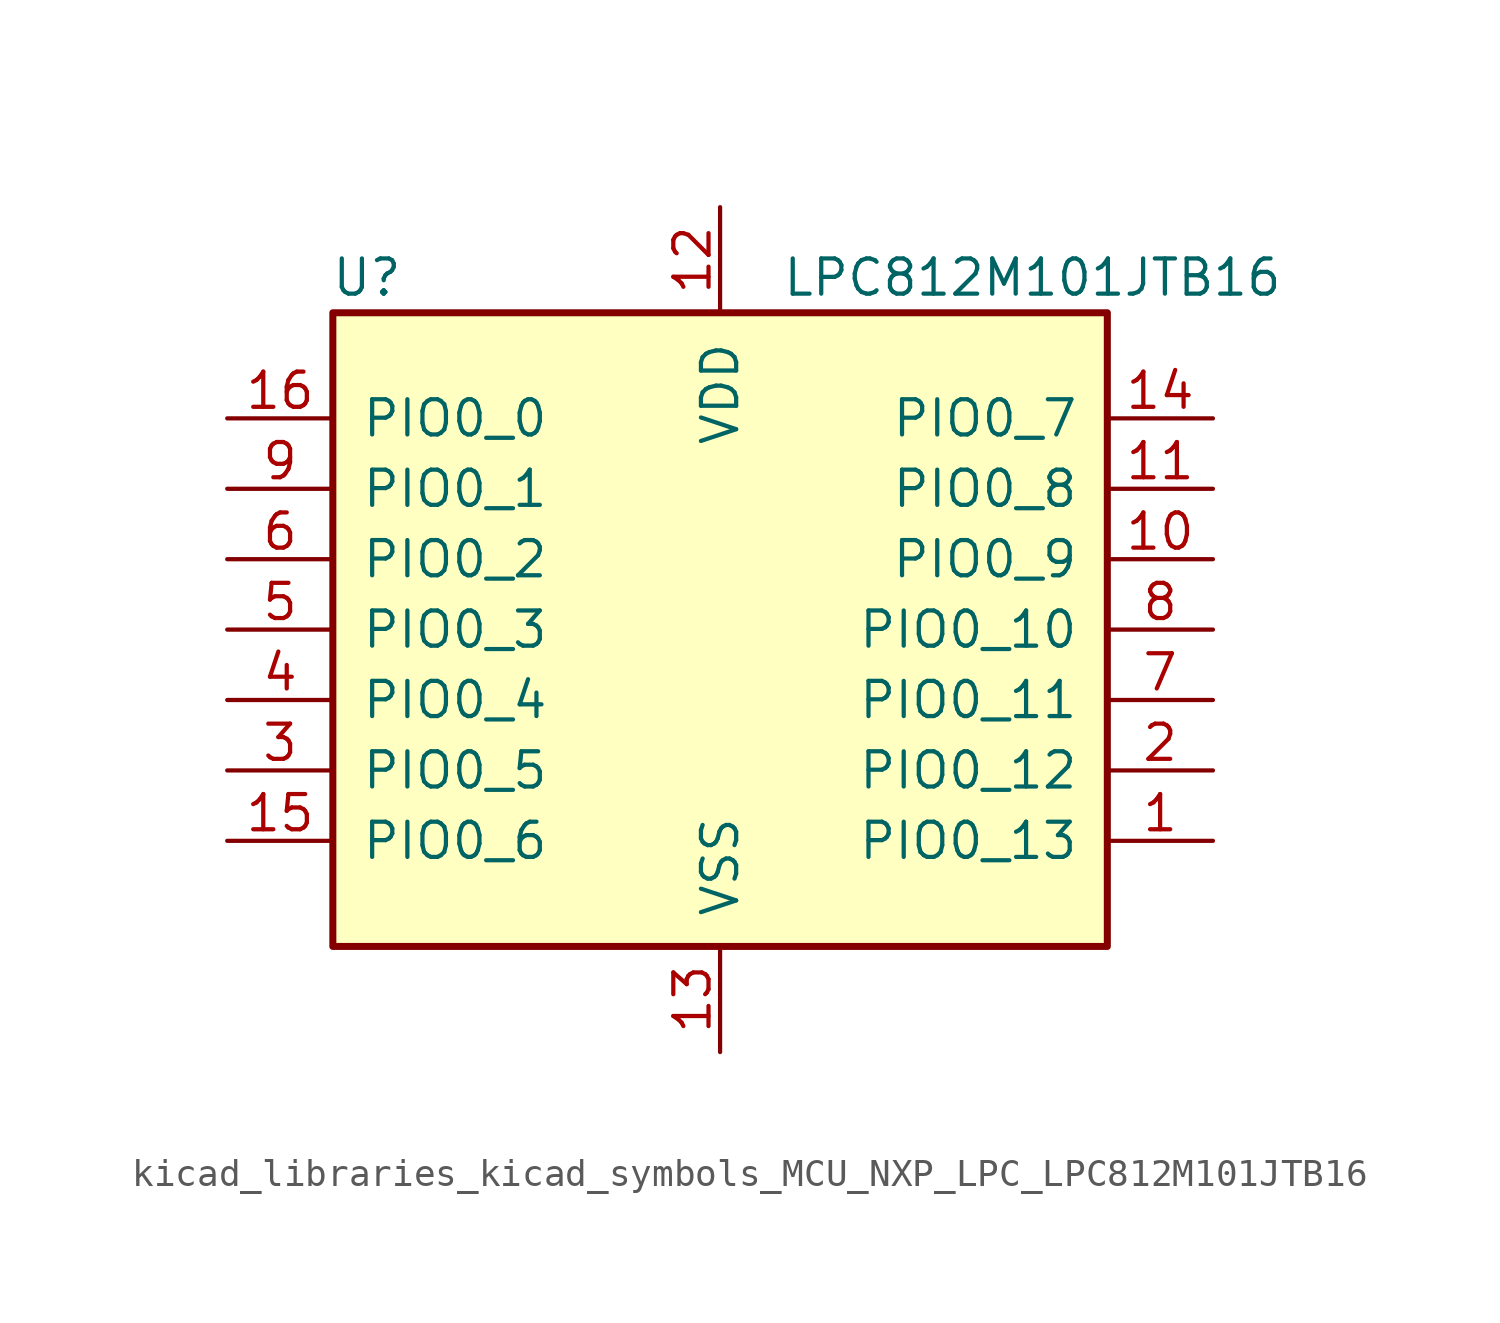
<source format=kicad_sym>
(kicad_symbol_lib
  (version 20220914)
  (generator kicad_symbol_editor)
  (symbol "kicad_libraries_kicad_symbols_MCU_NXP_LPC_LPC812M101JTB16"
    (pin_names
      (offset 1.016))
    (property "Reference" "U"
      (at -11.43 12.7 0)
      (effects (font (size 1.27 1.27)) (justify right)))
    (property "Value" "LPC812M101JTB16"
      (at 20.32 12.7 0)
      (effects (font (size 1.27 1.27)) (justify right)))
    (symbol "kicad_libraries_kicad_symbols_MCU_NXP_LPC_LPC812M101JTB16_0_1"
      (rectangle (start 13.97 11.43) (end -13.97 -11.43) (stroke (width 0.254) (type default)) (fill (type background))))
    (symbol "kicad_libraries_kicad_symbols_MCU_NXP_LPC_LPC812M101JTB16_1_1"
      (pin bidirectional line (at 17.78 -7.62 180) (length 3.81) (name "PIO0_13" (effects (font (size 1.27 1.27)))) (number "1" (effects (font (size 1.27 1.27)))))
      (pin bidirectional line (at 17.78 2.54 180) (length 3.81) (name "PIO0_9" (effects (font (size 1.27 1.27)))) (number "10" (effects (font (size 1.27 1.27)))))
      (pin bidirectional line (at 17.78 5.08 180) (length 3.81) (name "PIO0_8" (effects (font (size 1.27 1.27)))) (number "11" (effects (font (size 1.27 1.27)))))
      (pin power_in line (at 0 15.24 270) (length 3.81) (name "VDD" (effects (font (size 1.27 1.27)))) (number "12" (effects (font (size 1.27 1.27)))))
      (pin power_in line (at 0 -15.24 90) (length 3.81) (name "VSS" (effects (font (size 1.27 1.27)))) (number "13" (effects (font (size 1.27 1.27)))))
      (pin bidirectional line (at 17.78 7.62 180) (length 3.81) (name "PIO0_7" (effects (font (size 1.27 1.27)))) (number "14" (effects (font (size 1.27 1.27)))))
      (pin bidirectional line (at -17.78 -7.62 0) (length 3.81) (name "PIO0_6" (effects (font (size 1.27 1.27)))) (number "15" (effects (font (size 1.27 1.27)))))
      (pin bidirectional line (at -17.78 7.62 0) (length 3.81) (name "PIO0_0" (effects (font (size 1.27 1.27)))) (number "16" (effects (font (size 1.27 1.27)))))
      (pin bidirectional line (at 17.78 -5.08 180) (length 3.81) (name "PIO0_12" (effects (font (size 1.27 1.27)))) (number "2" (effects (font (size 1.27 1.27)))))
      (pin bidirectional line (at -17.78 -5.08 0) (length 3.81) (name "PIO0_5" (effects (font (size 1.27 1.27)))) (number "3" (effects (font (size 1.27 1.27)))))
      (pin bidirectional line (at -17.78 -2.54 0) (length 3.81) (name "PIO0_4" (effects (font (size 1.27 1.27)))) (number "4" (effects (font (size 1.27 1.27)))))
      (pin bidirectional line (at -17.78 0 0) (length 3.81) (name "PIO0_3" (effects (font (size 1.27 1.27)))) (number "5" (effects (font (size 1.27 1.27)))))
      (pin bidirectional line (at -17.78 2.54 0) (length 3.81) (name "PIO0_2" (effects (font (size 1.27 1.27)))) (number "6" (effects (font (size 1.27 1.27)))))
      (pin bidirectional line (at 17.78 -2.54 180) (length 3.81) (name "PIO0_11" (effects (font (size 1.27 1.27)))) (number "7" (effects (font (size 1.27 1.27)))))
      (pin bidirectional line (at 17.78 0 180) (length 3.81) (name "PIO0_10" (effects (font (size 1.27 1.27)))) (number "8" (effects (font (size 1.27 1.27)))))
      (pin bidirectional line (at -17.78 5.08 0) (length 3.81) (name "PIO0_1" (effects (font (size 1.27 1.27)))) (number "9" (effects (font (size 1.27 1.27))))))))
</source>
